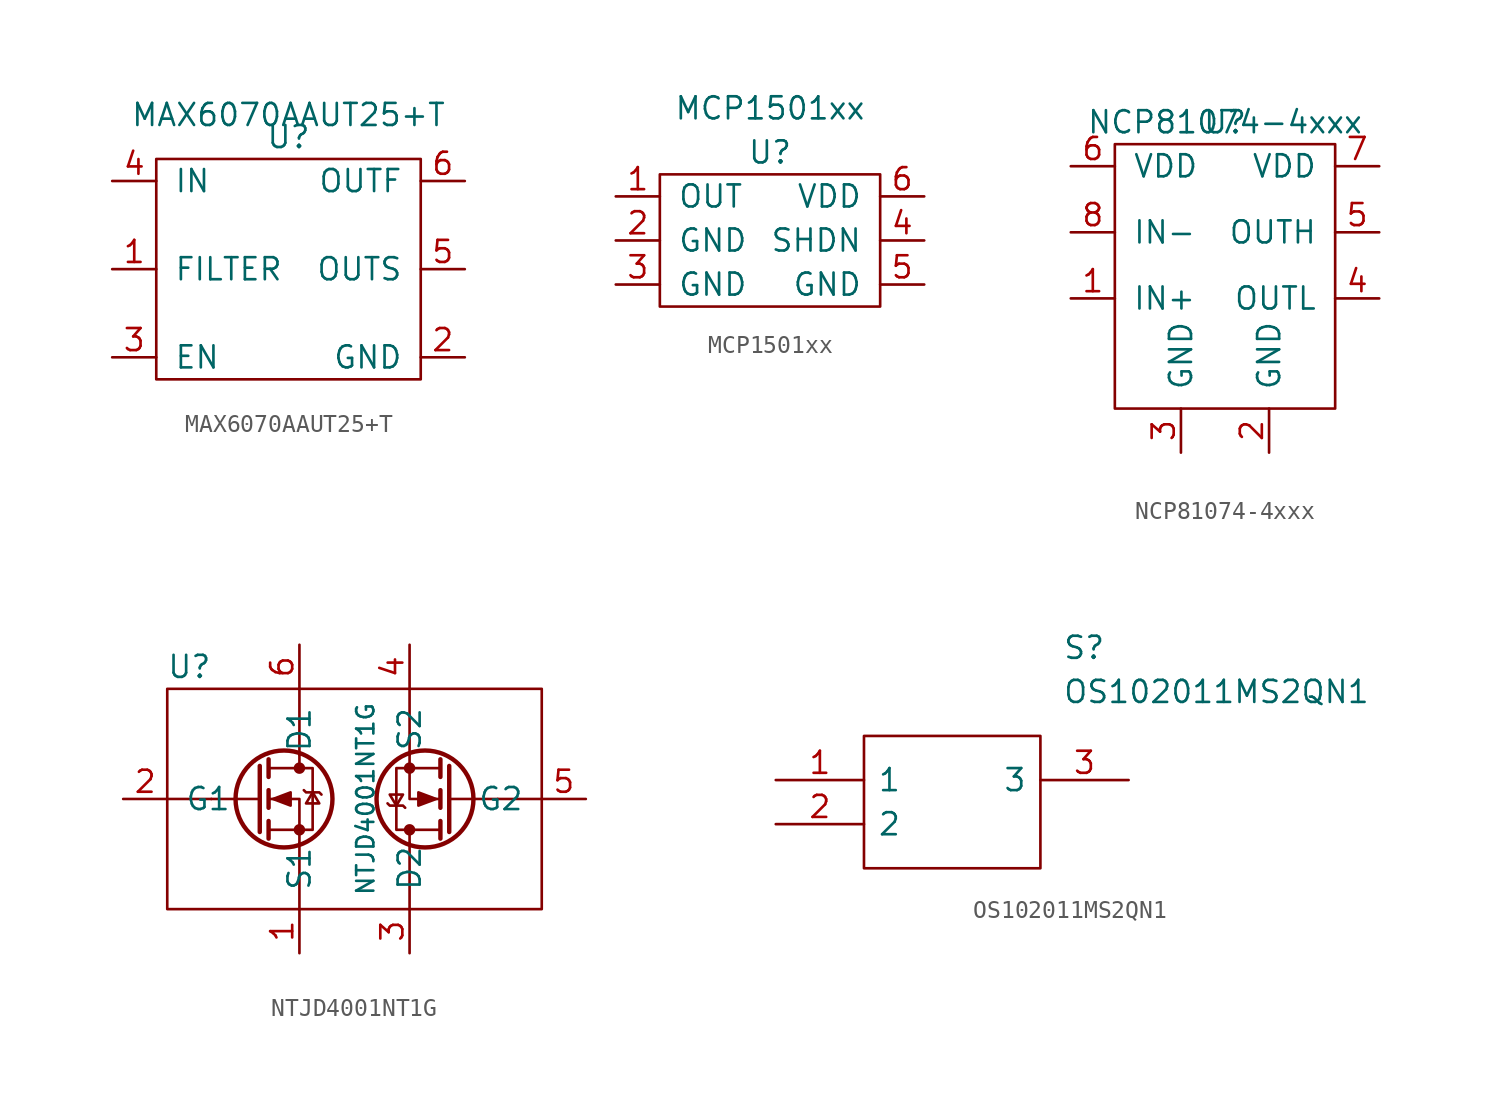
<source format=kicad_sym>
(kicad_symbol_lib
  (version 20231120)
  (generator "kicad_symbol_editor")
  (generator_version "8.0")
  (symbol "MAX6070AAUT25+T"
    (pin_names
      (offset 1.016))
    (property "Reference" "U"
      (at 0 0 0)
      (effects (font (size 1.27 1.27))))
    (property "Value" "MAX6070AAUT25+T"
      (at 0 1.27 0)
      (effects (font (size 1.27 1.27))))
    (symbol "MAX6070AAUT25+T_0_1"
      (rectangle (start -7.62 -1.27) (end 7.62 -13.97) (stroke (width 0) (type solid)) (fill (type none))))
    (symbol "MAX6070AAUT25+T_1_1"
      (pin input line (at -10.16 -7.62 0) (length 2.54) (name "FILTER" (effects (font (size 1.27 1.27)))) (number "1" (effects (font (size 1.27 1.27)))))
      (pin input line (at 10.16 -12.7 180) (length 2.54) (name "GND" (effects (font (size 1.27 1.27)))) (number "2" (effects (font (size 1.27 1.27)))))
      (pin input line (at -10.16 -12.7 0) (length 2.54) (name "EN" (effects (font (size 1.27 1.27)))) (number "3" (effects (font (size 1.27 1.27)))))
      (pin input line (at -10.16 -2.54 0) (length 2.54) (name "IN" (effects (font (size 1.27 1.27)))) (number "4" (effects (font (size 1.27 1.27)))))
      (pin input line (at 10.16 -7.62 180) (length 2.54) (name "OUTS" (effects (font (size 1.27 1.27)))) (number "5" (effects (font (size 1.27 1.27)))))
      (pin input line (at 10.16 -2.54 180) (length 2.54) (name "OUTF" (effects (font (size 1.27 1.27)))) (number "6" (effects (font (size 1.27 1.27)))))))
  (symbol "MCP1501xx"
    (pin_names
      (offset 1.016))
    (property "Reference" "U"
      (at 0 0 0)
      (effects (font (size 1.27 1.27))))
    (property "Value" "MCP1501xx"
      (at 0 2.54 0)
      (effects (font (size 1.27 1.27))))
    (symbol "MCP1501xx_0_1"
      (rectangle (start -6.35 -1.27) (end 6.35 -8.89) (stroke (width 0) (type solid)) (fill (type none))))
    (symbol "MCP1501xx_1_1"
      (pin input line (at -8.89 -2.54 0) (length 2.54) (name "OUT" (effects (font (size 1.27 1.27)))) (number "1" (effects (font (size 1.27 1.27)))))
      (pin input line (at -8.89 -5.08 0) (length 2.54) (name "GND" (effects (font (size 1.27 1.27)))) (number "2" (effects (font (size 1.27 1.27)))))
      (pin input line (at -8.89 -7.62 0) (length 2.54) (name "GND" (effects (font (size 1.27 1.27)))) (number "3" (effects (font (size 1.27 1.27)))))
      (pin input line (at 8.89 -5.08 180) (length 2.54) (name "SHDN" (effects (font (size 1.27 1.27)))) (number "4" (effects (font (size 1.27 1.27)))))
      (pin input line (at 8.89 -7.62 180) (length 2.54) (name "GND" (effects (font (size 1.27 1.27)))) (number "5" (effects (font (size 1.27 1.27)))))
      (pin input line (at 8.89 -2.54 180) (length 2.54) (name "VDD" (effects (font (size 1.27 1.27)))) (number "6" (effects (font (size 1.27 1.27)))))))
  (symbol "NCP81074-4xxx"
    (pin_names
      (offset 1.016))
    (property "Reference" "U"
      (at 0 3.81 0)
      (effects (font (size 1.27 1.27))))
    (property "Value" "NCP81074-4xxx"
      (at 0 3.81 0)
      (effects (font (size 1.27 1.27))))
    (symbol "NCP81074-4xxx_0_1"
      (rectangle (start -6.35 2.54) (end 6.35 -12.7) (stroke (width 0) (type solid)) (fill (type none)))
      (pin input line (at -8.89 -6.35 0) (length 2.54) (name "IN+" (effects (font (size 1.27 1.27)))) (number "1" (effects (font (size 1.27 1.27))))))
    (symbol "NCP81074-4xxx_1_1"
      (pin input line (at 2.54 -15.24 90) (length 2.54) (name "GND" (effects (font (size 1.27 1.27)))) (number "2" (effects (font (size 1.27 1.27)))))
      (pin input line (at -2.54 -15.24 90) (length 2.54) (name "GND" (effects (font (size 1.27 1.27)))) (number "3" (effects (font (size 1.27 1.27)))))
      (pin output line (at 8.89 -6.35 180) (length 2.54) (name "OUTL" (effects (font (size 1.27 1.27)))) (number "4" (effects (font (size 1.27 1.27)))))
      (pin output line (at 8.89 -2.54 180) (length 2.54) (name "OUTH" (effects (font (size 1.27 1.27)))) (number "5" (effects (font (size 1.27 1.27)))))
      (pin input line (at -8.89 1.27 0) (length 2.54) (name "VDD" (effects (font (size 1.27 1.27)))) (number "6" (effects (font (size 1.27 1.27)))))
      (pin input line (at 8.89 1.27 180) (length 2.54) (name "VDD" (effects (font (size 1.27 1.27)))) (number "7" (effects (font (size 1.27 1.27)))))
      (pin input line (at -8.89 -2.54 0) (length 2.54) (name "IN-" (effects (font (size 1.27 1.27)))) (number "8" (effects (font (size 1.27 1.27)))))))
  (symbol "NTJD4001NT1G"
    (pin_names
      (offset 1.016))
    (property "Reference" "U"
      (at -8.89 -2.54 0)
      (effects (font (size 1.27 1.27))))
    (property "Value" "NTJD4001NT1G"
      (at 1.27 -10.16 90)
      (effects (font (size 0.991 0.991))))
    (symbol "NTJD4001NT1G_0_1"
      (rectangle (start -10.16 -3.81) (end 11.43 -16.51) (stroke (width 0) (type solid)) (fill (type none)))
      (polyline (pts (xy -7.62 -10.16) (xy -10.16 -10.16)) (stroke (width 0) (type solid)) (fill (type none)))
      (polyline (pts (xy -2.54 -12.7) (xy -2.54 -16.51)) (stroke (width 0) (type solid)) (fill (type none)))
      (polyline (pts (xy -2.54 -7.62) (xy -2.54 -3.81)) (stroke (width 0) (type solid)) (fill (type none)))
      (polyline (pts (xy 3.81 -12.7) (xy 3.81 -16.51)) (stroke (width 0) (type solid)) (fill (type none)))
      (polyline (pts (xy 3.81 -7.62) (xy 3.81 -3.81)) (stroke (width 0) (type solid)) (fill (type none)))
      (polyline (pts (xy 8.89 -10.16) (xy 11.43 -10.16)) (stroke (width 0) (type solid)) (fill (type none))))
    (symbol "NTJD4001NT1G_1_1"
      (circle (center -3.429 -10.16) (radius 2.794) (stroke (width 0.254) (type solid)) (fill (type none)))
      (circle (center -2.54 -11.938) (radius 0.254) (stroke (width 0) (type solid)) (fill (type outline)))
      (circle (center -2.54 -8.382) (radius 0.254) (stroke (width 0) (type solid)) (fill (type outline)))
      (polyline (pts (xy -4.826 -10.16) (xy -7.62 -10.16)) (stroke (width 0) (type solid)) (fill (type none)))
      (polyline (pts (xy -4.826 -8.255) (xy -4.826 -12.065)) (stroke (width 0.254) (type solid)) (fill (type none)))
      (polyline (pts (xy -4.318 -11.43) (xy -4.318 -12.446)) (stroke (width 0.254) (type solid)) (fill (type none)))
      (polyline (pts (xy -4.318 -9.652) (xy -4.318 -10.668)) (stroke (width 0.254) (type solid)) (fill (type none)))
      (polyline (pts (xy -4.318 -7.874) (xy -4.318 -8.89)) (stroke (width 0.254) (type solid)) (fill (type none)))
      (polyline (pts (xy -2.54 -7.62) (xy -2.54 -8.382)) (stroke (width 0) (type solid)) (fill (type none)))
      (polyline (pts (xy 3.81 -12.7) (xy 3.81 -11.938)) (stroke (width 0) (type solid)) (fill (type none)))
      (polyline (pts (xy 5.588 -12.446) (xy 5.588 -11.43)) (stroke (width 0.254) (type solid)) (fill (type none)))
      (polyline (pts (xy 5.588 -10.668) (xy 5.588 -9.652)) (stroke (width 0.254) (type solid)) (fill (type none)))
      (polyline (pts (xy 5.588 -8.89) (xy 5.588 -7.874)) (stroke (width 0.254) (type solid)) (fill (type none)))
      (polyline (pts (xy 6.096 -12.065) (xy 6.096 -8.255)) (stroke (width 0.254) (type solid)) (fill (type none)))
      (polyline (pts (xy 6.096 -10.16) (xy 8.89 -10.16)) (stroke (width 0) (type solid)) (fill (type none)))
      (polyline (pts (xy -2.54 -12.7) (xy -2.54 -10.16) (xy -4.318 -10.16)) (stroke (width 0) (type solid)) (fill (type none)))
      (polyline (pts (xy 3.81 -7.62) (xy 3.81 -10.16) (xy 5.588 -10.16)) (stroke (width 0) (type solid)) (fill (type none)))
      (polyline (pts (xy -4.318 -11.938) (xy -1.778 -11.938) (xy -1.778 -8.382) (xy -4.318 -8.382)) (stroke (width 0) (type solid)) (fill (type none)))
      (polyline (pts (xy -4.064 -10.16) (xy -3.048 -9.779) (xy -3.048 -10.541) (xy -4.064 -10.16)) (stroke (width 0) (type solid)) (fill (type outline)))
      (polyline (pts (xy -2.286 -9.652) (xy -2.159 -9.779) (xy -1.397 -9.779) (xy -1.27 -9.906)) (stroke (width 0) (type solid)) (fill (type none)))
      (polyline (pts (xy -1.778 -9.779) (xy -2.159 -10.414) (xy -1.397 -10.414) (xy -1.778 -9.779)) (stroke (width 0) (type solid)) (fill (type none)))
      (polyline (pts (xy 3.048 -10.541) (xy 3.429 -9.906) (xy 2.667 -9.906) (xy 3.048 -10.541)) (stroke (width 0) (type solid)) (fill (type none)))
      (polyline (pts (xy 3.556 -10.668) (xy 3.429 -10.541) (xy 2.667 -10.541) (xy 2.54 -10.414)) (stroke (width 0) (type solid)) (fill (type none)))
      (polyline (pts (xy 5.334 -10.16) (xy 4.318 -10.541) (xy 4.318 -9.779) (xy 5.334 -10.16)) (stroke (width 0) (type solid)) (fill (type outline)))
      (polyline (pts (xy 5.588 -8.382) (xy 3.048 -8.382) (xy 3.048 -11.938) (xy 5.588 -11.938)) (stroke (width 0) (type solid)) (fill (type none)))
      (circle (center 3.81 -11.938) (radius 0.254) (stroke (width 0) (type solid)) (fill (type outline)))
      (circle (center 3.81 -8.382) (radius 0.254) (stroke (width 0) (type solid)) (fill (type outline)))
      (circle (center 4.699 -10.16) (radius 2.794) (stroke (width 0.254) (type solid)) (fill (type none)))
      (pin passive line (at -2.54 -19.05 90) (length 2.54) (name "S1" (effects (font (size 1.27 1.27)))) (number "1" (effects (font (size 1.27 1.27)))))
      (pin input line (at -12.7 -10.16 0) (length 2.54) (name "G1" (effects (font (size 1.27 1.27)))) (number "2" (effects (font (size 1.27 1.27)))))
      (pin passive line (at 3.81 -19.05 90) (length 2.54) (name "D2" (effects (font (size 1.27 1.27)))) (number "3" (effects (font (size 1.27 1.27)))))
      (pin passive line (at 3.81 -1.27 270) (length 2.54) (name "S2" (effects (font (size 1.27 1.27)))) (number "4" (effects (font (size 1.27 1.27)))))
      (pin input line (at 13.97 -10.16 180) (length 2.54) (name "G2" (effects (font (size 1.27 1.27)))) (number "5" (effects (font (size 1.27 1.27)))))
      (pin passive line (at -2.54 -1.27 270) (length 2.54) (name "D1" (effects (font (size 1.27 1.27)))) (number "6" (effects (font (size 1.27 1.27)))))))
  (symbol "OS102011MS2QN1"
    (pin_names
      (offset 0.762))
    (property "Reference" "S"
      (at 16.51 7.62 0)
      (effects (font (size 1.27 1.27)) (justify left)))
    (property "Value" "OS102011MS2QN1"
      (at 16.51 5.08 0)
      (effects (font (size 1.27 1.27)) (justify left)))
    (symbol "OS102011MS2QN1_0_0"
      (pin passive line (at 0 0 0) (length 5.08) (name "1" (effects (font (size 1.27 1.27)))) (number "1" (effects (font (size 1.27 1.27)))))
      (pin passive line (at 0 -2.54 0) (length 5.08) (name "2" (effects (font (size 1.27 1.27)))) (number "2" (effects (font (size 1.27 1.27)))))
      (pin passive line (at 20.32 0 180) (length 5.08) (name "3" (effects (font (size 1.27 1.27)))) (number "3" (effects (font (size 1.27 1.27))))))
    (symbol "OS102011MS2QN1_0_1"
      (polyline (pts (xy 5.08 2.54) (xy 15.24 2.54) (xy 15.24 -5.08) (xy 5.08 -5.08) (xy 5.08 2.54)) (stroke (width 0.152) (type solid)) (fill (type none))))))
</source>
